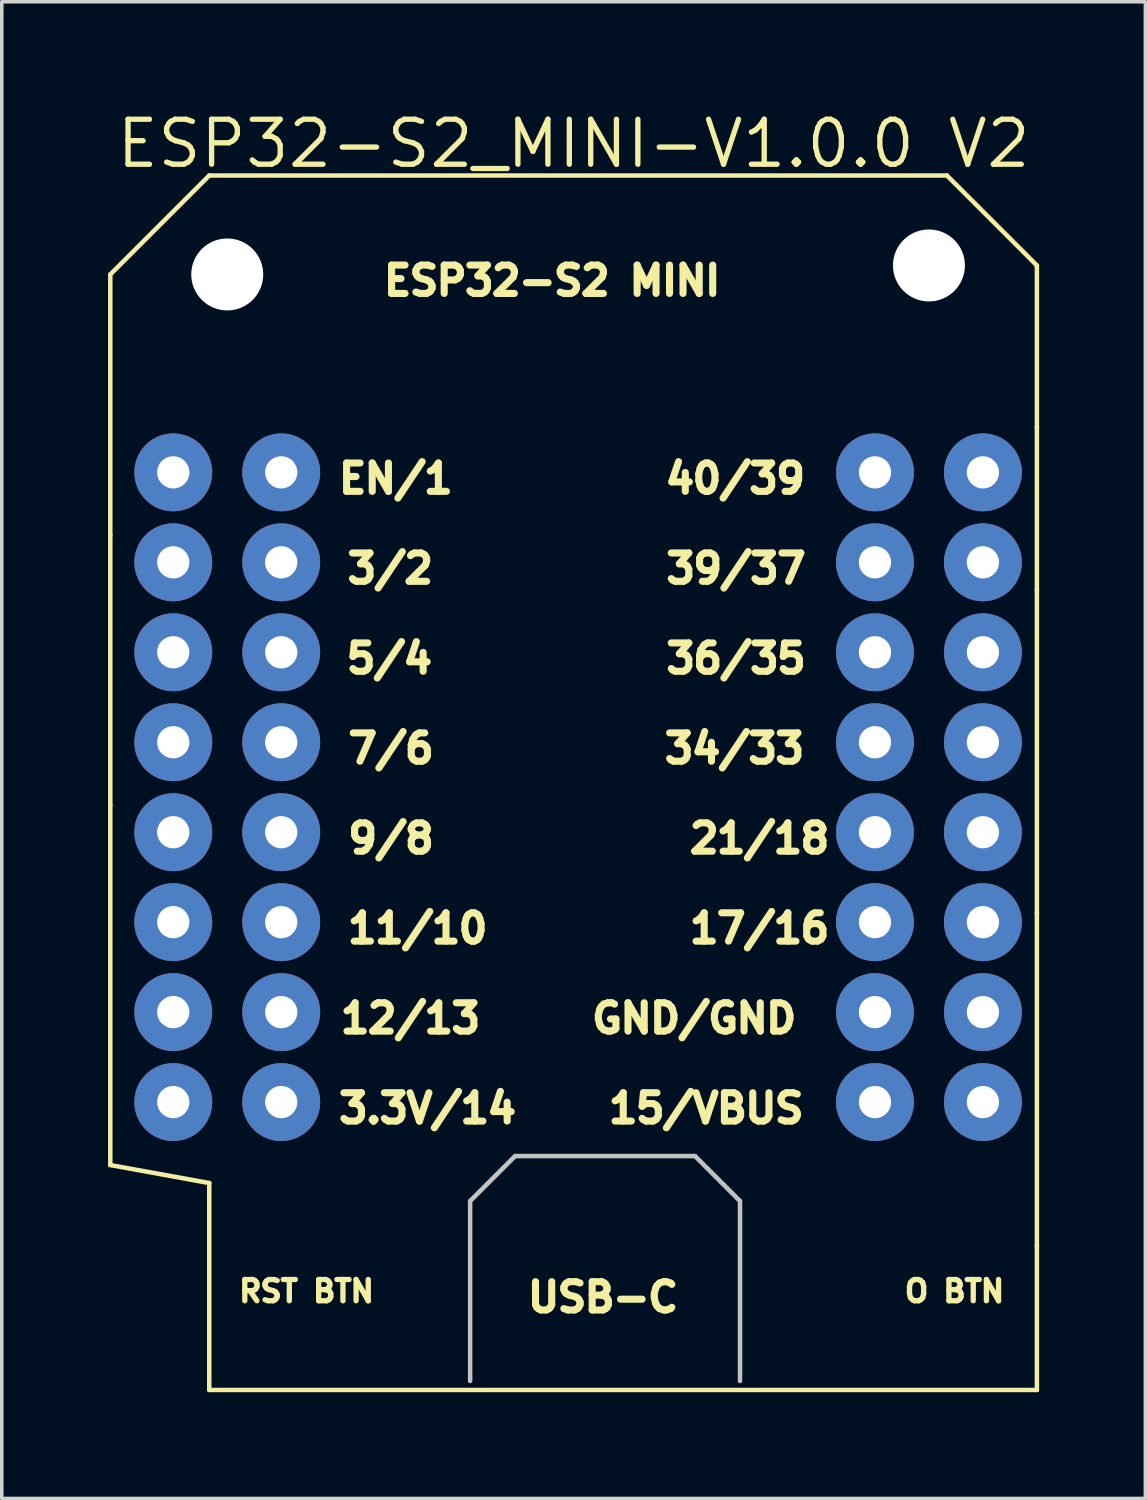
<source format=kicad_pcb>
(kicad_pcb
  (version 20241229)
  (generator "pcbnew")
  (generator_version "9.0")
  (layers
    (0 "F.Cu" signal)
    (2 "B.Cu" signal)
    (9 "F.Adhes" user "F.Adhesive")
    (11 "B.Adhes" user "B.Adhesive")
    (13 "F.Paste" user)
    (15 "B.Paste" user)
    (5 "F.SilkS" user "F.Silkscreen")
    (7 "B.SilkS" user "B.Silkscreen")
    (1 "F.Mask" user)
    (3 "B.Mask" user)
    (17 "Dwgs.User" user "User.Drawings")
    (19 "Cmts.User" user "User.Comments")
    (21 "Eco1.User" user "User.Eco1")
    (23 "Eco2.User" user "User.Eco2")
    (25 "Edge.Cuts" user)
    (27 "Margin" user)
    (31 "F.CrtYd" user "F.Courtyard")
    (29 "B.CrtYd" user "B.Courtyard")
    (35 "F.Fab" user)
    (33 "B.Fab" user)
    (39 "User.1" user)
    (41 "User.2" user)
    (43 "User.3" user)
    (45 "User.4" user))
  (footprint "ESP32-S2_MINI-V1.0.0 V2"
    (layer "F.Cu")
    (at 12.002 21.717)
    (property "Reference" "ESP32-S2_MINI-V1.0.0 V2" (at 1.143 -20.71 0) (layer "F.SilkS") (effects (font (size 1.27 1.27) (thickness 0.15))))
    (fp_line (start -11.938 -17.018) (end -9.144 -19.812) (stroke (width 0.127) (type default)) (layer "F.SilkS"))
    (fp_line (start -11.938 -9.652) (end -11.938 -17.018) (stroke (width 0.127) (type default)) (layer "F.SilkS"))
    (fp_line (start -11.938 -2.032) (end -11.938 -9.652) (stroke (width 0.127) (type default)) (layer "F.SilkS"))
    (fp_line (start -11.938 8.128) (end -11.938 -2.032) (stroke (width 0.127) (type default)) (layer "F.SilkS"))
    (fp_line (start -9.144 -19.812) (end 11.684 -19.812) (stroke (width 0.127) (type default)) (layer "F.SilkS"))
    (fp_line (start -9.144 8.636) (end -11.938 8.128) (stroke (width 0.127) (type default)) (layer "F.SilkS"))
    (fp_line (start -9.144 14.478) (end -9.144 8.636) (stroke (width 0.127) (type default)) (layer "F.SilkS"))
    (fp_line (start 11.684 -19.812) (end 14.224 -17.272) (stroke (width 0.127) (type default)) (layer "F.SilkS"))
    (fp_line (start 14.224 -17.272) (end 14.224 -12.7) (stroke (width 0.127) (type default)) (layer "F.SilkS"))
    (fp_line (start 14.224 -12.7) (end 14.224 -8.128) (stroke (width 0.127) (type default)) (layer "F.SilkS"))
    (fp_line (start 14.224 -8.128) (end 14.224 1.016) (stroke (width 0.127) (type default)) (layer "F.SilkS"))
    (fp_line (start 14.224 1.016) (end 14.224 10.414) (stroke (width 0.127) (type default)) (layer "F.SilkS"))
    (fp_line (start 14.224 10.414) (end 14.224 14.478) (stroke (width 0.127) (type default)) (layer "F.SilkS"))
    (fp_line (start 14.224 14.478) (end -9.144 14.478) (stroke (width 0.127) (type default)) (layer "F.SilkS"))
    (fp_line (start -1.778 9.144) (end -1.778 14.224) (stroke (width 0.127) (type default)) (layer "Dwgs.User"))
    (fp_line (start -0.508 7.874) (end -1.778 9.144) (stroke (width 0.127) (type default)) (layer "Dwgs.User"))
    (fp_line (start 4.572 7.874) (end -0.508 7.874) (stroke (width 0.127) (type default)) (layer "Dwgs.User"))
    (fp_line (start 5.842 9.144) (end 4.572 7.874) (stroke (width 0.127) (type default)) (layer "Dwgs.User"))
    (fp_line (start 5.842 14.224) (end 5.842 9.144) (stroke (width 0.127) (type default)) (layer "Dwgs.User"))
    (fp_text user "ESP32-S2 MINI" (at -4.318 -17.31 0) (unlocked yes) (layer "F.SilkS") (effects (font (size 0.8 0.8) (thickness 0.25)) (justify left top)))
    (fp_text user "17/16" (at 4.318 0.978 0) (unlocked yes) (layer "F.SilkS") (effects (font (size 0.8 0.8) (thickness 0.25)) (justify left top)))
    (fp_text user "5/4" (at -5.37 -6.642 0) (unlocked yes) (layer "F.SilkS") (effects (font (size 0.8 0.8) (thickness 0.25)) (justify left top)))
    (fp_text user "36/35" (at 3.655 -6.642 0) (unlocked yes) (layer "F.SilkS") (effects (font (size 0.8 0.8) (thickness 0.25)) (justify left top)))
    (fp_text user "O BTN" (at 10.414 11.338 0) (unlocked yes) (layer "F.SilkS") (effects (font (size 0.6 0.6) (thickness 0.15)) (justify left top)))
    (fp_text user "9/8" (at -5.325 -1.562 0) (unlocked yes) (layer "F.SilkS") (effects (font (size 0.8 0.8) (thickness 0.25)) (justify left top)))
    (fp_text user "EN/1" (at -5.588 -11.722 0) (unlocked yes) (layer "F.SilkS") (effects (font (size 0.8 0.8) (thickness 0.25)) (justify left top)))
    (fp_text user "11/10" (at -5.334 0.978 0) (unlocked yes) (layer "F.SilkS") (effects (font (size 0.8 0.8) (thickness 0.25)) (justify left top)))
    (fp_text user "USB-C" (at -0.254 11.392 0) (unlocked yes) (layer "F.SilkS") (effects (font (size 0.8 0.8) (thickness 0.25)) (justify left top)))
    (fp_text user "40/39" (at 3.632 -11.722 0) (unlocked yes) (layer "F.SilkS") (effects (font (size 0.8 0.8) (thickness 0.25)) (justify left top)))
    (fp_text user "21/18" (at 4.318 -1.562 0) (unlocked yes) (layer "F.SilkS") (effects (font (size 0.8 0.8) (thickness 0.25)) (justify left top)))
    (fp_text user "GND/GND" (at 1.558 3.518 0) (unlocked yes) (layer "F.SilkS") (effects (font (size 0.8 0.8) (thickness 0.25)) (justify left top)))
    (fp_text user "3.3V/14" (at -5.588 6.058 0) (unlocked yes) (layer "F.SilkS") (effects (font (size 0.8 0.8) (thickness 0.25)) (justify left top)))
    (fp_text user "12/13" (at -5.538 3.518 0) (unlocked yes) (layer "F.SilkS") (effects (font (size 0.8 0.8) (thickness 0.25)) (justify left top)))
    (fp_text user "7/6" (at -5.325 -4.102 0) (unlocked yes) (layer "F.SilkS") (effects (font (size 0.8 0.8) (thickness 0.25)) (justify left top)))
    (fp_text user "39/37" (at 3.655 -9.182 0) (unlocked yes) (layer "F.SilkS") (effects (font (size 0.8 0.8) (thickness 0.25)) (justify left top)))
    (fp_text user "34/33" (at 3.609 -4.102 0) (unlocked yes) (layer "F.SilkS") (effects (font (size 0.8 0.8) (thickness 0.25)) (justify left top)))
    (fp_text user "3/2" (at -5.347 -9.182 0) (unlocked yes) (layer "F.SilkS") (effects (font (size 0.8 0.8) (thickness 0.25)) (justify left top)))
    (fp_text user "RST BTN" (at -8.382 11.338 0) (unlocked yes) (layer "F.SilkS") (effects (font (size 0.6 0.6) (thickness 0.15)) (justify left top)))
    (fp_text user "15/VBUS" (at 2.032 6.058 0) (unlocked yes) (layer "F.SilkS") (effects (font (size 0.8 0.8) (thickness 0.25)) (justify left top)))
    (pad "" np_thru_hole circle (at -8.636 -17.018) (size 2.032 2.032) (drill 2.032) (layers "*.Cu" "*.Mask"))
    (pad "" np_thru_hole circle (at 11.176 -17.272) (size 2.032 2.032) (drill 2.032) (layers "*.Cu" "*.Mask"))
    (pad "1" thru_hole oval (at -7.112 -11.43 270) (size 2.2 2.2) (drill 0.91) (layers "*.Cu" "*.Mask"))
    (pad "2" thru_hole oval (at -7.112 -8.89) (size 2.2 2.2) (drill 0.91) (layers "*.Cu" "*.Mask"))
    (pad "3" thru_hole oval (at -10.16 -8.89 180) (size 2.2 2.2) (drill 0.91) (layers "*.Cu" "*.Mask"))
    (pad "3V3" thru_hole oval (at -10.16 6.35 270) (size 2.2 2.2) (drill 0.91) (layers "*.Cu" "*.Mask"))
    (pad "4" thru_hole oval (at -7.112 -6.35) (size 2.2 2.2) (drill 0.91) (layers "*.Cu" "*.Mask"))
    (pad "5" thru_hole oval (at -10.16 -6.35 270) (size 2.2 2.2) (drill 0.91) (layers "*.Cu" "*.Mask"))
    (pad "6" thru_hole oval (at -7.112 -3.81) (size 2.2 2.2) (drill 0.91) (layers "*.Cu" "*.Mask"))
    (pad "7" thru_hole oval (at -10.16 -3.81 270) (size 2.2 2.2) (drill 0.91) (layers "*.Cu" "*.Mask"))
    (pad "8" thru_hole oval (at -7.112 -1.27) (size 2.2 2.2) (drill 0.91) (layers "*.Cu" "*.Mask"))
    (pad "9" thru_hole oval (at -10.16 -1.27 270) (size 2.2 2.2) (drill 0.91) (layers "*.Cu" "*.Mask"))
    (pad "10" thru_hole oval (at -7.112 1.27) (size 2.2 2.2) (drill 0.91) (layers "*.Cu" "*.Mask"))
    (pad "11" thru_hole oval (at -10.16 1.27 270) (size 2.2 2.2) (drill 0.91) (layers "*.Cu" "*.Mask"))
    (pad "12" thru_hole oval (at -10.16 3.81 270) (size 2.2 2.2) (drill 0.91) (layers "*.Cu" "*.Mask"))
    (pad "13" thru_hole oval (at -7.112 3.81) (size 2.2 2.2) (drill 0.91) (layers "*.Cu" "*.Mask"))
    (pad "14" thru_hole oval (at -7.112 6.35) (size 2.2 2.2) (drill 0.91) (layers "*.Cu" "*.Mask"))
    (pad "15" thru_hole oval (at 9.652 6.35 90) (size 2.2 2.2) (drill 0.91) (layers "*.Cu" "*.Mask"))
    (pad "16" thru_hole oval (at 12.7 1.27 90) (size 2.2 2.2) (drill 0.91) (layers "*.Cu" "*.Mask"))
    (pad "17" thru_hole oval (at 9.652 1.27 90) (size 2.2 2.2) (drill 0.91) (layers "*.Cu" "*.Mask"))
    (pad "18" thru_hole oval (at 12.7 -1.27 90) (size 2.2 2.2) (drill 0.91) (layers "*.Cu" "*.Mask"))
    (pad "21" thru_hole oval (at 9.652 -1.27 90) (size 2.2 2.2) (drill 0.91) (layers "*.Cu" "*.Mask"))
    (pad "33" thru_hole oval (at 12.7 -3.81 90) (size 2.2 2.2) (drill 0.91) (layers "*.Cu" "*.Mask"))
    (pad "34" thru_hole oval (at 9.652 -3.81 90) (size 2.2 2.2) (drill 0.91) (layers "*.Cu" "*.Mask"))
    (pad "35" thru_hole oval (at 12.7 -6.35 90) (size 2.2 2.2) (drill 0.91) (layers "*.Cu" "*.Mask"))
    (pad "36" thru_hole oval (at 9.652 -6.35 90) (size 2.2 2.2) (drill 0.91) (layers "*.Cu" "*.Mask"))
    (pad "37" thru_hole oval (at 12.7 -8.89 90) (size 2.2 2.2) (drill 0.91) (layers "*.Cu" "*.Mask"))
    (pad "38" thru_hole oval (at 9.652 -8.89 90) (size 2.2 2.2) (drill 0.91) (layers "*.Cu" "*.Mask"))
    (pad "39" thru_hole oval (at 12.7 -11.43 90) (size 2.2 2.2) (drill 0.91) (layers "*.Cu" "*.Mask"))
    (pad "40" thru_hole oval (at 9.652 -11.43 90) (size 2.2 2.2) (drill 0.91) (layers "*.Cu" "*.Mask"))
    (pad "EN" thru_hole oval (at -10.16 -11.43 90) (size 2.2 2.2) (drill 0.91) (layers "*.Cu" "*.Mask"))
    (pad "GND" thru_hole oval (at 12.7 3.81 90) (size 2.2 2.2) (drill 0.91) (layers "*.Cu" "*.Mask"))
    (pad "GND2" thru_hole oval (at 9.652 3.81 90) (size 2.2 2.2) (drill 0.91) (layers "*.Cu" "*.Mask"))
    (pad "VBUS" thru_hole oval (at 12.7 6.35 90) (size 2.2 2.2) (drill 0.91) (layers "*.Cu" "*.Mask")))
  (gr_rect
    (start -3 -3)
    (end 29.289 39.258)
    (stroke (width 0.1) (type default))
    (fill no)
    (layer "Edge.Cuts")))
</source>
